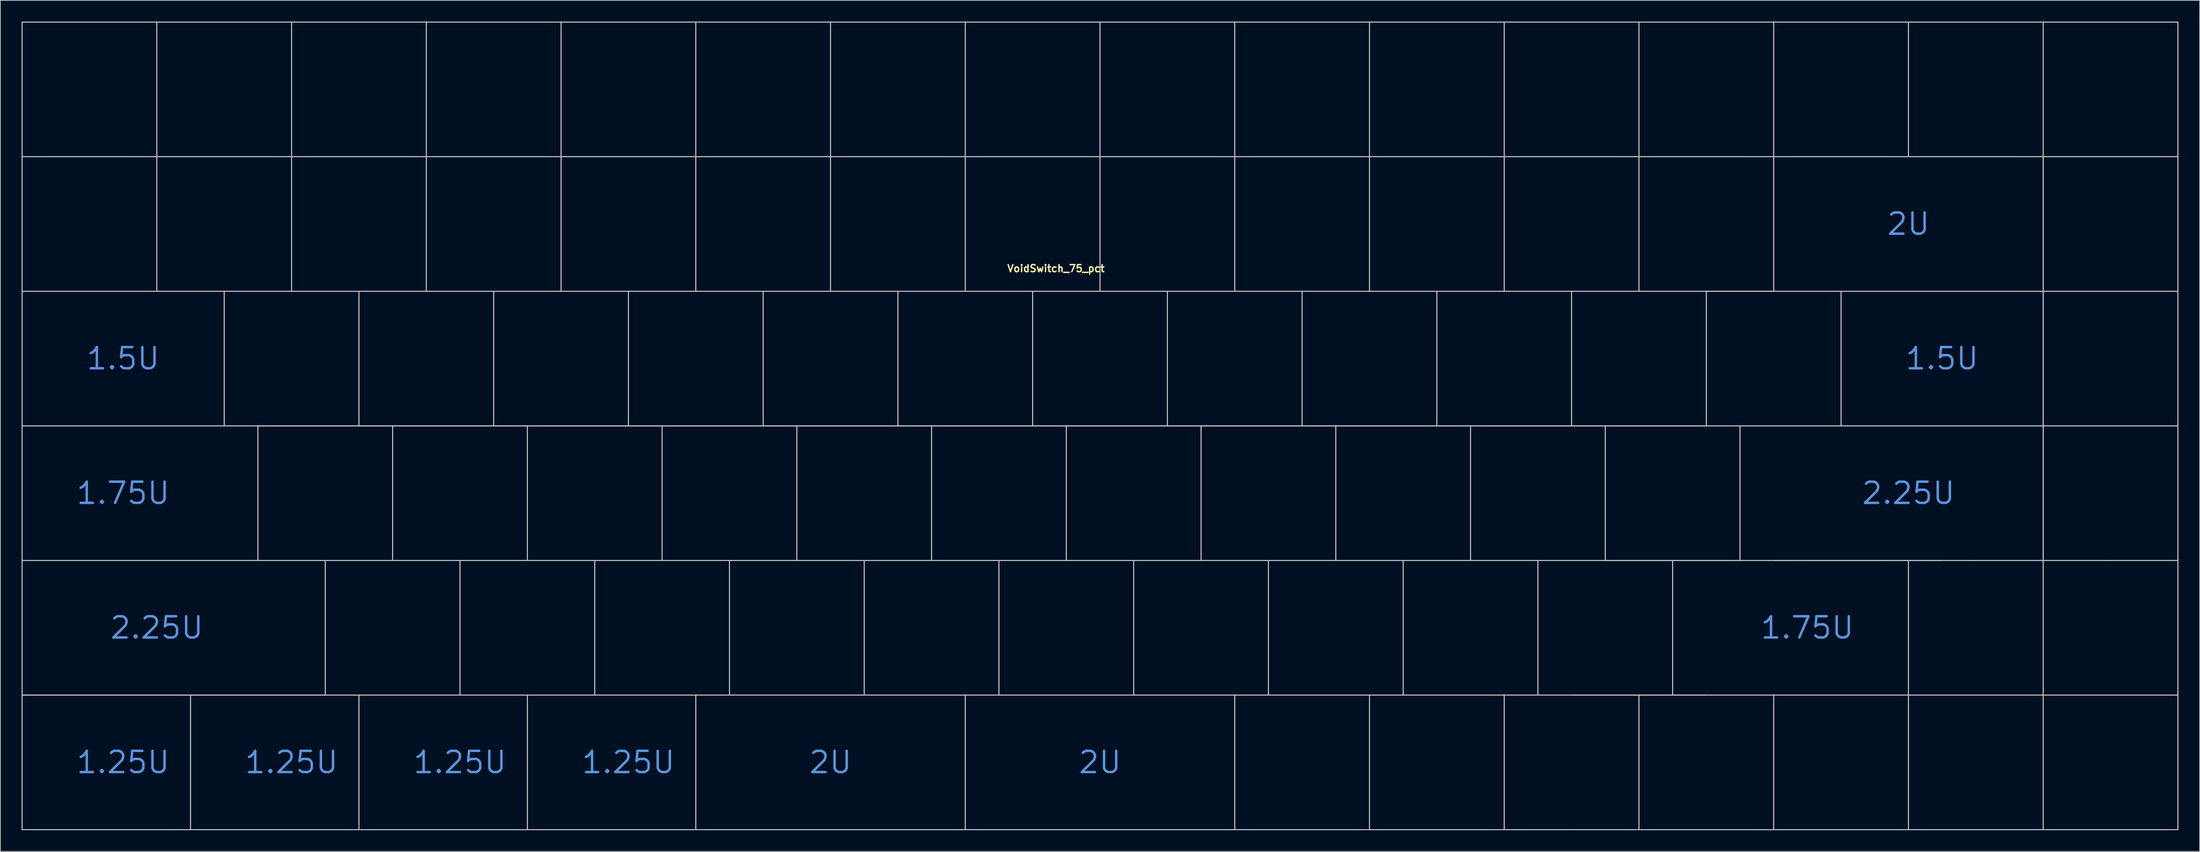
<source format=kicad_pcb>
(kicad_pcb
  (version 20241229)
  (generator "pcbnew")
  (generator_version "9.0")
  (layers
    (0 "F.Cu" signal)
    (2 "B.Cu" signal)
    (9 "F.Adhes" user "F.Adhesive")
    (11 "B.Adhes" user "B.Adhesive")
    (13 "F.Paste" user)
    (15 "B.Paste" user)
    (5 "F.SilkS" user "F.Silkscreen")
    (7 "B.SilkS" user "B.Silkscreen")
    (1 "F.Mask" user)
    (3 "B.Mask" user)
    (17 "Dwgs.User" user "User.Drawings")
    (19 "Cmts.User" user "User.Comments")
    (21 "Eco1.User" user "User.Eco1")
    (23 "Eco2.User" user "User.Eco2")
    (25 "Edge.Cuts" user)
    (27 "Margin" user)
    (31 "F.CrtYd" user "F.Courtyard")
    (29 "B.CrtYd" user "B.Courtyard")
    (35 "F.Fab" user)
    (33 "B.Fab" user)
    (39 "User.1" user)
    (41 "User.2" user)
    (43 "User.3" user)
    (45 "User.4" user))
  (footprint "VoidSwitch_75_pct"
    (layer "F.Cu")
    (at 142.95 28.65)
    (property "Reference" "VoidSwitch_75_pct" (at 3.3 6.3 0) (layer "F.SilkS") (effects (font (size 1 1) (thickness 0.2))))
    (attr smd exclude_from_bom)
    (fp_line (start -142.875 -28.575) (end -142.875 -9.525) (stroke (width 0.15) (type solid)) (layer "Dwgs.User"))
    (fp_line (start -142.875 -28.575) (end -123.825 -28.575) (stroke (width 0.15) (type solid)) (layer "Dwgs.User"))
    (fp_line (start -142.875 -9.525) (end -142.875 9.525) (stroke (width 0.15) (type solid)) (layer "Dwgs.User"))
    (fp_line (start -142.875 -9.525) (end -123.825 -9.525) (stroke (width 0.15) (type solid)) (layer "Dwgs.User"))
    (fp_line (start -142.875 28.575) (end -142.875 47.625) (stroke (width 0.15) (type solid)) (layer "Dwgs.User"))
    (fp_line (start -142.875 47.625) (end -142.875 66.675) (stroke (width 0.15) (type solid)) (layer "Dwgs.User"))
    (fp_line (start -142.874 66.676) (end -119.062 66.676) (stroke (width 0.15) (type solid)) (layer "Dwgs.User"))
    (fp_line (start -142.874 85.726) (end -142.874 66.676) (stroke (width 0.15) (type solid)) (layer "Dwgs.User"))
    (fp_line (start -142.873 28.575) (end -142.873 9.525) (stroke (width 0.15) (type solid)) (layer "Dwgs.User"))
    (fp_line (start -123.825 -28.575) (end -104.775 -28.575) (stroke (width 0.15) (type solid)) (layer "Dwgs.User"))
    (fp_line (start -123.825 -9.525) (end -123.825 -28.575) (stroke (width 0.15) (type solid)) (layer "Dwgs.User"))
    (fp_line (start -123.825 -9.525) (end -104.775 -9.525) (stroke (width 0.15) (type solid)) (layer "Dwgs.User"))
    (fp_line (start -123.825 9.525) (end -142.875 9.525) (stroke (width 0.15) (type solid)) (layer "Dwgs.User"))
    (fp_line (start -123.825 9.525) (end -123.825 -9.525) (stroke (width 0.15) (type solid)) (layer "Dwgs.User"))
    (fp_line (start -119.062 66.676) (end -119.062 85.726) (stroke (width 0.15) (type solid)) (layer "Dwgs.User"))
    (fp_line (start -119.062 85.725) (end -142.874 85.726) (stroke (width 0.15) (type solid)) (layer "Dwgs.User"))
    (fp_line (start -119.061 66.676) (end -95.25 66.676) (stroke (width 0.15) (type solid)) (layer "Dwgs.User"))
    (fp_line (start -114.3 28.575) (end -142.873 28.575) (stroke (width 0.15) (type solid)) (layer "Dwgs.User"))
    (fp_line (start -114.3 28.575) (end -114.3 9.525) (stroke (width 0.15) (type solid)) (layer "Dwgs.User"))
    (fp_line (start -109.537 28.575) (end -90.487 28.575) (stroke (width 0.15) (type solid)) (layer "Dwgs.User"))
    (fp_line (start -109.537 47.625) (end -109.537 28.575) (stroke (width 0.15) (type solid)) (layer "Dwgs.User"))
    (fp_line (start -104.775 -28.575) (end -104.775 -9.525) (stroke (width 0.15) (type solid)) (layer "Dwgs.User"))
    (fp_line (start -104.775 -28.575) (end -85.725 -28.575) (stroke (width 0.15) (type solid)) (layer "Dwgs.User"))
    (fp_line (start -104.775 -9.525) (end -104.775 9.525) (stroke (width 0.15) (type solid)) (layer "Dwgs.User"))
    (fp_line (start -104.775 -9.525) (end -85.725 -9.525) (stroke (width 0.15) (type solid)) (layer "Dwgs.User"))
    (fp_line (start -104.775 9.525) (end -123.825 9.525) (stroke (width 0.15) (type solid)) (layer "Dwgs.User"))
    (fp_line (start -100.013 47.625) (end -142.875 47.625) (stroke (width 0.15) (type solid)) (layer "Dwgs.User"))
    (fp_line (start -100.013 47.625) (end -80.963 47.625) (stroke (width 0.15) (type solid)) (layer "Dwgs.User"))
    (fp_line (start -100.013 66.675) (end -142.875 66.675) (stroke (width 0.15) (type solid)) (layer "Dwgs.User"))
    (fp_line (start -100.013 66.675) (end -100.013 47.625) (stroke (width 0.15) (type solid)) (layer "Dwgs.User"))
    (fp_line (start -95.25 9.525) (end -95.25 28.575) (stroke (width 0.15) (type solid)) (layer "Dwgs.User"))
    (fp_line (start -95.25 28.575) (end -114.3 28.575) (stroke (width 0.15) (type solid)) (layer "Dwgs.User"))
    (fp_line (start -95.25 66.676) (end -95.25 85.726) (stroke (width 0.15) (type solid)) (layer "Dwgs.User"))
    (fp_line (start -95.25 85.725) (end -119.061 85.726) (stroke (width 0.15) (type solid)) (layer "Dwgs.User"))
    (fp_line (start -95.249 66.676) (end -71.438 66.676) (stroke (width 0.15) (type solid)) (layer "Dwgs.User"))
    (fp_line (start -90.487 28.575) (end -90.487 47.625) (stroke (width 0.15) (type solid)) (layer "Dwgs.User"))
    (fp_line (start -90.487 28.575) (end -71.438 28.575) (stroke (width 0.15) (type solid)) (layer "Dwgs.User"))
    (fp_line (start -85.725 -28.575) (end -85.725 -9.525) (stroke (width 0.15) (type solid)) (layer "Dwgs.User"))
    (fp_line (start -85.725 -28.575) (end -66.675 -28.575) (stroke (width 0.15) (type solid)) (layer "Dwgs.User"))
    (fp_line (start -85.725 -9.525) (end -85.725 9.525) (stroke (width 0.15) (type solid)) (layer "Dwgs.User"))
    (fp_line (start -85.725 -9.525) (end -66.675 -9.525) (stroke (width 0.15) (type solid)) (layer "Dwgs.User"))
    (fp_line (start -85.725 9.525) (end -104.775 9.525) (stroke (width 0.15) (type solid)) (layer "Dwgs.User"))
    (fp_line (start -80.963 47.625) (end -80.963 66.675) (stroke (width 0.15) (type solid)) (layer "Dwgs.User"))
    (fp_line (start -80.963 47.625) (end -61.913 47.625) (stroke (width 0.15) (type solid)) (layer "Dwgs.User"))
    (fp_line (start -76.2 9.525) (end -76.2 28.575) (stroke (width 0.15) (type solid)) (layer "Dwgs.User"))
    (fp_line (start -76.2 28.575) (end -95.25 28.575) (stroke (width 0.15) (type solid)) (layer "Dwgs.User"))
    (fp_line (start -71.438 28.575) (end -71.438 47.625) (stroke (width 0.15) (type solid)) (layer "Dwgs.User"))
    (fp_line (start -71.438 28.575) (end -52.388 28.575) (stroke (width 0.15) (type solid)) (layer "Dwgs.User"))
    (fp_line (start -71.438 85.725) (end -95.249 85.726) (stroke (width 0.15) (type solid)) (layer "Dwgs.User"))
    (fp_line (start -71.436 66.676) (end -47.625 66.676) (stroke (width 0.15) (type solid)) (layer "Dwgs.User"))
    (fp_line (start -71.436 85.726) (end -71.436 66.676) (stroke (width 0.15) (type solid)) (layer "Dwgs.User"))
    (fp_line (start -66.675 -28.575) (end -47.625 -28.575) (stroke (width 0.15) (type solid)) (layer "Dwgs.User"))
    (fp_line (start -66.675 -9.525) (end -66.675 -28.575) (stroke (width 0.15) (type solid)) (layer "Dwgs.User"))
    (fp_line (start -66.675 -9.525) (end -47.625 -9.525) (stroke (width 0.15) (type solid)) (layer "Dwgs.User"))
    (fp_line (start -66.675 9.525) (end -85.725 9.525) (stroke (width 0.15) (type solid)) (layer "Dwgs.User"))
    (fp_line (start -66.675 9.525) (end -66.675 -9.525) (stroke (width 0.15) (type solid)) (layer "Dwgs.User"))
    (fp_line (start -61.913 47.625) (end -61.913 66.675) (stroke (width 0.15) (type solid)) (layer "Dwgs.User"))
    (fp_line (start -61.913 47.625) (end -42.862 47.625) (stroke (width 0.15) (type solid)) (layer "Dwgs.User"))
    (fp_line (start -57.15 28.575) (end -76.2 28.575) (stroke (width 0.15) (type solid)) (layer "Dwgs.User"))
    (fp_line (start -57.15 28.575) (end -57.15 9.525) (stroke (width 0.15) (type solid)) (layer "Dwgs.User"))
    (fp_line (start -52.388 28.575) (end -33.337 28.575) (stroke (width 0.15) (type solid)) (layer "Dwgs.User"))
    (fp_line (start -52.388 47.625) (end -52.388 28.575) (stroke (width 0.15) (type solid)) (layer "Dwgs.User"))
    (fp_line (start -47.625 -28.575) (end -28.575 -28.575) (stroke (width 0.15) (type solid)) (layer "Dwgs.User"))
    (fp_line (start -47.625 -9.525) (end -47.625 -28.575) (stroke (width 0.15) (type solid)) (layer "Dwgs.User"))
    (fp_line (start -47.625 -9.525) (end -28.575 -9.525) (stroke (width 0.15) (type solid)) (layer "Dwgs.User"))
    (fp_line (start -47.625 9.525) (end -66.675 9.525) (stroke (width 0.15) (type solid)) (layer "Dwgs.User"))
    (fp_line (start -47.625 9.525) (end -47.625 -9.525) (stroke (width 0.15) (type solid)) (layer "Dwgs.User"))
    (fp_line (start -47.625 85.725) (end -71.436 85.726) (stroke (width 0.15) (type solid)) (layer "Dwgs.User"))
    (fp_line (start -47.624 66.675) (end -9.526 66.675) (stroke (width 0.15) (type solid)) (layer "Dwgs.User"))
    (fp_line (start -47.624 85.725) (end -47.624 66.675) (stroke (width 0.15) (type solid)) (layer "Dwgs.User"))
    (fp_line (start -42.862 47.625) (end -23.812 47.625) (stroke (width 0.15) (type solid)) (layer "Dwgs.User"))
    (fp_line (start -42.862 66.675) (end -42.862 47.625) (stroke (width 0.15) (type solid)) (layer "Dwgs.User"))
    (fp_line (start -38.1 28.575) (end -57.15 28.575) (stroke (width 0.15) (type solid)) (layer "Dwgs.User"))
    (fp_line (start -38.1 28.575) (end -38.1 9.525) (stroke (width 0.15) (type solid)) (layer "Dwgs.User"))
    (fp_line (start -33.337 28.575) (end -14.287 28.575) (stroke (width 0.15) (type solid)) (layer "Dwgs.User"))
    (fp_line (start -33.337 47.625) (end -33.337 28.575) (stroke (width 0.15) (type solid)) (layer "Dwgs.User"))
    (fp_line (start -28.575 -28.575) (end -9.525 -28.575) (stroke (width 0.15) (type solid)) (layer "Dwgs.User"))
    (fp_line (start -28.575 -9.525) (end -28.575 -28.575) (stroke (width 0.15) (type solid)) (layer "Dwgs.User"))
    (fp_line (start -28.575 -9.525) (end -9.525 -9.525) (stroke (width 0.15) (type solid)) (layer "Dwgs.User"))
    (fp_line (start -28.575 9.525) (end -47.625 9.525) (stroke (width 0.15) (type solid)) (layer "Dwgs.User"))
    (fp_line (start -28.575 9.525) (end -28.575 -9.525) (stroke (width 0.15) (type solid)) (layer "Dwgs.User"))
    (fp_line (start -23.812 47.625) (end -4.763 47.625) (stroke (width 0.15) (type solid)) (layer "Dwgs.User"))
    (fp_line (start -23.812 66.675) (end -23.812 47.625) (stroke (width 0.15) (type solid)) (layer "Dwgs.User"))
    (fp_line (start -19.05 28.575) (end -38.1 28.575) (stroke (width 0.15) (type solid)) (layer "Dwgs.User"))
    (fp_line (start -19.05 28.575) (end -19.05 9.525) (stroke (width 0.15) (type solid)) (layer "Dwgs.User"))
    (fp_line (start -14.287 28.575) (end 4.763 28.575) (stroke (width 0.15) (type solid)) (layer "Dwgs.User"))
    (fp_line (start -14.287 47.625) (end -14.287 28.575) (stroke (width 0.15) (type solid)) (layer "Dwgs.User"))
    (fp_line (start -9.526 66.675) (end -9.526 85.725) (stroke (width 0.15) (type solid)) (layer "Dwgs.User"))
    (fp_line (start -9.526 85.725) (end -47.624 85.725) (stroke (width 0.15) (type solid)) (layer "Dwgs.User"))
    (fp_line (start -9.525 -28.575) (end 9.525 -28.575) (stroke (width 0.15) (type solid)) (layer "Dwgs.User"))
    (fp_line (start -9.525 -9.525) (end -9.525 -28.575) (stroke (width 0.15) (type solid)) (layer "Dwgs.User"))
    (fp_line (start -9.525 -9.525) (end 9.525 -9.525) (stroke (width 0.15) (type solid)) (layer "Dwgs.User"))
    (fp_line (start -9.525 9.525) (end -28.575 9.525) (stroke (width 0.15) (type solid)) (layer "Dwgs.User"))
    (fp_line (start -9.525 9.525) (end -9.525 -9.525) (stroke (width 0.15) (type solid)) (layer "Dwgs.User"))
    (fp_line (start -4.763 47.625) (end 14.287 47.625) (stroke (width 0.15) (type solid)) (layer "Dwgs.User"))
    (fp_line (start -4.763 66.675) (end -4.763 47.625) (stroke (width 0.15) (type solid)) (layer "Dwgs.User"))
    (fp_line (start 0 28.575) (end -19.05 28.575) (stroke (width 0.15) (type solid)) (layer "Dwgs.User"))
    (fp_line (start 0 28.575) (end 0 9.525) (stroke (width 0.15) (type solid)) (layer "Dwgs.User"))
    (fp_line (start 4.763 28.575) (end 23.812 28.575) (stroke (width 0.15) (type solid)) (layer "Dwgs.User"))
    (fp_line (start 4.763 47.625) (end 4.763 28.575) (stroke (width 0.15) (type solid)) (layer "Dwgs.User"))
    (fp_line (start 9.525 -28.575) (end 9.525 -9.525) (stroke (width 0.15) (type solid)) (layer "Dwgs.User"))
    (fp_line (start 9.525 -28.575) (end 28.575 -28.575) (stroke (width 0.15) (type solid)) (layer "Dwgs.User"))
    (fp_line (start 9.525 -9.525) (end 9.525 9.525) (stroke (width 0.15) (type solid)) (layer "Dwgs.User"))
    (fp_line (start 9.525 -9.525) (end 28.575 -9.525) (stroke (width 0.15) (type solid)) (layer "Dwgs.User"))
    (fp_line (start 9.525 9.525) (end -9.525 9.525) (stroke (width 0.15) (type solid)) (layer "Dwgs.User"))
    (fp_line (start 14.287 47.625) (end 33.337 47.625) (stroke (width 0.15) (type solid)) (layer "Dwgs.User"))
    (fp_line (start 14.287 66.675) (end 14.287 47.625) (stroke (width 0.15) (type solid)) (layer "Dwgs.User"))
    (fp_line (start 19.05 9.525) (end 19.05 28.575) (stroke (width 0.15) (type solid)) (layer "Dwgs.User"))
    (fp_line (start 19.05 28.575) (end 0 28.575) (stroke (width 0.15) (type solid)) (layer "Dwgs.User"))
    (fp_line (start 23.812 28.575) (end 23.812 47.625) (stroke (width 0.15) (type solid)) (layer "Dwgs.User"))
    (fp_line (start 23.812 28.575) (end 42.862 28.575) (stroke (width 0.15) (type solid)) (layer "Dwgs.User"))
    (fp_line (start 28.575 -28.575) (end 28.575 -9.525) (stroke (width 0.15) (type solid)) (layer "Dwgs.User"))
    (fp_line (start 28.575 -28.575) (end 47.625 -28.575) (stroke (width 0.15) (type solid)) (layer "Dwgs.User"))
    (fp_line (start 28.575 -9.525) (end 28.575 9.525) (stroke (width 0.15) (type solid)) (layer "Dwgs.User"))
    (fp_line (start 28.575 -9.525) (end 47.625 -9.525) (stroke (width 0.15) (type solid)) (layer "Dwgs.User"))
    (fp_line (start 28.575 9.525) (end 9.525 9.525) (stroke (width 0.15) (type solid)) (layer "Dwgs.User"))
    (fp_line (start 28.575 66.675) (end -9.523 66.675) (stroke (width 0.15) (type solid)) (layer "Dwgs.User"))
    (fp_line (start 28.575 85.725) (end -9.523 85.725) (stroke (width 0.15) (type solid)) (layer "Dwgs.User"))
    (fp_line (start 28.576 66.675) (end 52.388 66.675) (stroke (width 0.15) (type solid)) (layer "Dwgs.User"))
    (fp_line (start 28.576 85.725) (end 28.576 66.675) (stroke (width 0.15) (type solid)) (layer "Dwgs.User"))
    (fp_line (start 33.337 47.625) (end 33.337 66.675) (stroke (width 0.15) (type solid)) (layer "Dwgs.User"))
    (fp_line (start 33.337 47.625) (end 52.388 47.625) (stroke (width 0.15) (type solid)) (layer "Dwgs.User"))
    (fp_line (start 38.1 9.525) (end 38.1 28.575) (stroke (width 0.15) (type solid)) (layer "Dwgs.User"))
    (fp_line (start 38.1 28.575) (end 19.05 28.575) (stroke (width 0.15) (type solid)) (layer "Dwgs.User"))
    (fp_line (start 42.862 28.575) (end 42.862 47.625) (stroke (width 0.15) (type solid)) (layer "Dwgs.User"))
    (fp_line (start 42.862 28.575) (end 61.913 28.575) (stroke (width 0.15) (type solid)) (layer "Dwgs.User"))
    (fp_line (start 47.625 -28.575) (end 47.625 -9.525) (stroke (width 0.15) (type solid)) (layer "Dwgs.User"))
    (fp_line (start 47.625 -28.575) (end 66.675 -28.575) (stroke (width 0.15) (type solid)) (layer "Dwgs.User"))
    (fp_line (start 47.625 -9.525) (end 47.625 9.525) (stroke (width 0.15) (type solid)) (layer "Dwgs.User"))
    (fp_line (start 47.625 -9.525) (end 66.675 -9.525) (stroke (width 0.15) (type solid)) (layer "Dwgs.User"))
    (fp_line (start 47.625 9.525) (end 28.575 9.525) (stroke (width 0.15) (type solid)) (layer "Dwgs.User"))
    (fp_line (start 47.625 85.725) (end 47.625 66.675) (stroke (width 0.15) (type solid)) (layer "Dwgs.User"))
    (fp_line (start 52.388 47.625) (end 52.388 66.675) (stroke (width 0.15) (type solid)) (layer "Dwgs.User"))
    (fp_line (start 52.388 47.625) (end 71.438 47.625) (stroke (width 0.15) (type solid)) (layer "Dwgs.User"))
    (fp_line (start 52.388 85.724) (end 28.576 85.725) (stroke (width 0.15) (type solid)) (layer "Dwgs.User"))
    (fp_line (start 57.15 9.525) (end 57.15 28.575) (stroke (width 0.15) (type solid)) (layer "Dwgs.User"))
    (fp_line (start 57.15 28.575) (end 38.1 28.575) (stroke (width 0.15) (type solid)) (layer "Dwgs.User"))
    (fp_line (start 61.913 28.575) (end 61.913 47.625) (stroke (width 0.15) (type solid)) (layer "Dwgs.User"))
    (fp_line (start 61.913 28.575) (end 80.963 28.575) (stroke (width 0.15) (type solid)) (layer "Dwgs.User"))
    (fp_line (start 66.675 -28.575) (end 66.675 -9.525) (stroke (width 0.15) (type solid)) (layer "Dwgs.User"))
    (fp_line (start 66.675 -28.575) (end 85.725 -28.575) (stroke (width 0.15) (type solid)) (layer "Dwgs.User"))
    (fp_line (start 66.675 -9.525) (end 66.675 9.525) (stroke (width 0.15) (type solid)) (layer "Dwgs.User"))
    (fp_line (start 66.675 -9.525) (end 85.725 -9.525) (stroke (width 0.15) (type solid)) (layer "Dwgs.User"))
    (fp_line (start 66.675 9.525) (end 47.625 9.525) (stroke (width 0.15) (type solid)) (layer "Dwgs.User"))
    (fp_line (start 66.675 85.725) (end 66.675 66.675) (stroke (width 0.15) (type solid)) (layer "Dwgs.User"))
    (fp_line (start 71.438 47.625) (end 71.438 66.675) (stroke (width 0.15) (type solid)) (layer "Dwgs.User"))
    (fp_line (start 71.438 47.625) (end 90.487 47.625) (stroke (width 0.15) (type solid)) (layer "Dwgs.User"))
    (fp_line (start 71.438 66.675) (end 52.388 66.675) (stroke (width 0.15) (type solid)) (layer "Dwgs.User"))
    (fp_line (start 76.2 9.525) (end 76.2 28.575) (stroke (width 0.15) (type solid)) (layer "Dwgs.User"))
    (fp_line (start 76.2 28.575) (end 57.15 28.575) (stroke (width 0.15) (type solid)) (layer "Dwgs.User"))
    (fp_line (start 76.2 66.675) (end 95.25 66.675) (stroke (width 0.15) (type solid)) (layer "Dwgs.User"))
    (fp_line (start 76.2 85.724) (end 52.389 85.725) (stroke (width 0.15) (type solid)) (layer "Dwgs.User"))
    (fp_line (start 80.963 28.575) (end 80.963 47.625) (stroke (width 0.15) (type solid)) (layer "Dwgs.User"))
    (fp_line (start 80.963 28.575) (end 100.013 28.575) (stroke (width 0.15) (type solid)) (layer "Dwgs.User"))
    (fp_line (start 85.725 -28.575) (end 104.775 -28.575) (stroke (width 0.15) (type solid)) (layer "Dwgs.User"))
    (fp_line (start 85.725 -9.525) (end 85.725 -28.575) (stroke (width 0.15) (type solid)) (layer "Dwgs.User"))
    (fp_line (start 85.725 -9.525) (end 104.775 -9.525) (stroke (width 0.15) (type solid)) (layer "Dwgs.User"))
    (fp_line (start 85.725 9.525) (end 66.675 9.525) (stroke (width 0.15) (type solid)) (layer "Dwgs.User"))
    (fp_line (start 85.725 9.525) (end 85.725 -9.525) (stroke (width 0.15) (type solid)) (layer "Dwgs.User"))
    (fp_line (start 85.725 66.675) (end 85.725 85.725) (stroke (width 0.15) (type solid)) (layer "Dwgs.User"))
    (fp_line (start 90.487 47.625) (end 90.487 66.675) (stroke (width 0.15) (type solid)) (layer "Dwgs.User"))
    (fp_line (start 90.487 47.625) (end 109.537 47.625) (stroke (width 0.15) (type solid)) (layer "Dwgs.User"))
    (fp_line (start 90.487 66.675) (end 71.438 66.675) (stroke (width 0.15) (type solid)) (layer "Dwgs.User"))
    (fp_line (start 95.25 9.525) (end 114.3 9.525) (stroke (width 0.15) (type solid)) (layer "Dwgs.User"))
    (fp_line (start 95.25 28.575) (end 76.2 28.575) (stroke (width 0.15) (type solid)) (layer "Dwgs.User"))
    (fp_line (start 95.25 28.575) (end 95.25 9.525) (stroke (width 0.15) (type solid)) (layer "Dwgs.User"))
    (fp_line (start 95.25 85.725) (end 76.2 85.725) (stroke (width 0.15) (type solid)) (layer "Dwgs.User"))
    (fp_line (start 100.013 28.575) (end 142.875 28.575) (stroke (width 0.15) (type solid)) (layer "Dwgs.User"))
    (fp_line (start 100.013 47.625) (end 80.963 47.625) (stroke (width 0.15) (type solid)) (layer "Dwgs.User"))
    (fp_line (start 100.013 47.625) (end 100.013 28.575) (stroke (width 0.15) (type solid)) (layer "Dwgs.User"))
    (fp_line (start 104.775 -28.575) (end 104.775 -9.525) (stroke (width 0.15) (type solid)) (layer "Dwgs.User"))
    (fp_line (start 104.775 -9.525) (end 104.775 9.525) (stroke (width 0.15) (type solid)) (layer "Dwgs.User"))
    (fp_line (start 104.775 9.525) (end 85.725 9.525) (stroke (width 0.15) (type solid)) (layer "Dwgs.User"))
    (fp_line (start 104.775 66.675) (end 104.775 85.725) (stroke (width 0.15) (type solid)) (layer "Dwgs.User"))
    (fp_line (start 104.777 -28.575) (end 161.925 -28.575) (stroke (width 0.15) (type solid)) (layer "Dwgs.User"))
    (fp_line (start 104.777 -9.525) (end 142.875 -9.525) (stroke (width 0.15) (type solid)) (layer "Dwgs.User"))
    (fp_line (start 109.537 47.625) (end 128.588 47.625) (stroke (width 0.15) (type solid)) (layer "Dwgs.User"))
    (fp_line (start 114.3 9.525) (end 114.3 28.575) (stroke (width 0.15) (type solid)) (layer "Dwgs.User"))
    (fp_line (start 114.302 9.525) (end 142.875 9.525) (stroke (width 0.15) (type solid)) (layer "Dwgs.User"))
    (fp_line (start 119.062 85.724) (end 95.251 85.725) (stroke (width 0.15) (type solid)) (layer "Dwgs.User"))
    (fp_line (start 123.825 47.625) (end 123.825 66.675) (stroke (width 0.15) (type solid)) (layer "Dwgs.User"))
    (fp_line (start 123.825 66.675) (end 123.825 85.725) (stroke (width 0.15) (type solid)) (layer "Dwgs.User"))
    (fp_line (start 123.826 -28.575) (end 123.826 -9.525) (stroke (width 0.15) (type solid)) (layer "Dwgs.User"))
    (fp_line (start 133.35 47.625) (end 104.777 47.625) (stroke (width 0.15) (type solid)) (layer "Dwgs.User"))
    (fp_line (start 142.875 -28.575) (end 142.875 -9.525) (stroke (width 0.15) (type solid)) (layer "Dwgs.User"))
    (fp_line (start 142.875 -9.525) (end 142.875 9.525) (stroke (width 0.15) (type solid)) (layer "Dwgs.User"))
    (fp_line (start 142.875 -9.525) (end 142.875 9.525) (stroke (width 0.15) (type solid)) (layer "Dwgs.User"))
    (fp_line (start 142.875 9.525) (end 142.875 28.575) (stroke (width 0.15) (type solid)) (layer "Dwgs.User"))
    (fp_line (start 142.875 9.525) (end 142.875 28.575) (stroke (width 0.15) (type solid)) (layer "Dwgs.User"))
    (fp_line (start 142.875 28.575) (end 142.875 47.625) (stroke (width 0.15) (type solid)) (layer "Dwgs.User"))
    (fp_line (start 142.875 28.575) (end 142.875 47.625) (stroke (width 0.15) (type solid)) (layer "Dwgs.User"))
    (fp_line (start 142.875 47.625) (end 142.875 66.675) (stroke (width 0.15) (type solid)) (layer "Dwgs.User"))
    (fp_line (start 142.875 66.675) (end 142.875 85.725) (stroke (width 0.15) (type solid)) (layer "Dwgs.User"))
    (fp_line (start 152.4 47.625) (end 133.35 47.625) (stroke (width 0.15) (type solid)) (layer "Dwgs.User"))
    (fp_line (start 161.925 -28.575) (end 161.925 -9.525) (stroke (width 0.15) (type solid)) (layer "Dwgs.User"))
    (fp_line (start 161.925 -9.525) (end 142.875 -9.525) (stroke (width 0.15) (type solid)) (layer "Dwgs.User"))
    (fp_line (start 161.925 -9.525) (end 161.925 9.525) (stroke (width 0.15) (type solid)) (layer "Dwgs.User"))
    (fp_line (start 161.925 9.525) (end 142.875 9.525) (stroke (width 0.15) (type solid)) (layer "Dwgs.User"))
    (fp_line (start 161.925 9.525) (end 161.925 28.575) (stroke (width 0.15) (type solid)) (layer "Dwgs.User"))
    (fp_line (start 161.925 28.575) (end 142.875 28.575) (stroke (width 0.15) (type solid)) (layer "Dwgs.User"))
    (fp_line (start 161.925 28.575) (end 161.925 47.625) (stroke (width 0.15) (type solid)) (layer "Dwgs.User"))
    (fp_line (start 161.925 47.625) (end 152.4 47.625) (stroke (width 0.15) (type solid)) (layer "Dwgs.User"))
    (fp_line (start 161.925 47.625) (end 161.925 66.675) (stroke (width 0.15) (type solid)) (layer "Dwgs.User"))
    (fp_line (start 161.925 66.675) (end 90.487 66.675) (stroke (width 0.15) (type solid)) (layer "Dwgs.User"))
    (fp_line (start 161.925 66.675) (end 161.925 85.725) (stroke (width 0.15) (type solid)) (layer "Dwgs.User"))
    (fp_line (start 161.925 85.725) (end 119.064 85.725) (stroke (width 0.15) (type solid)) (layer "Dwgs.User"))
    (fp_text user "2U" (at -28.575 76.2 0) (unlocked yes) (layer "Cmts.User") (effects (font (size 3 3) (thickness 0.35))))
    (fp_text user "1.75U" (at 109.537 57.15 0) (unlocked yes) (layer "Cmts.User") (effects (font (size 3 3) (thickness 0.35))))
    (fp_text user "2U" (at 9.525 76.2 0) (unlocked yes) (layer "Cmts.User") (effects (font (size 3 3) (thickness 0.35))))
    (fp_text user "2.25U" (at 123.825 38.1 0) (unlocked yes) (layer "Cmts.User") (effects (font (size 3 3) (thickness 0.35))))
    (fp_text user "1.75U" (at -128.588 38.1 0) (unlocked yes) (layer "Cmts.User") (effects (font (size 3 3) (thickness 0.35))))
    (fp_text user "1.25U" (at -128.588 76.2 0) (unlocked yes) (layer "Cmts.User") (effects (font (size 3 3) (thickness 0.35))))
    (fp_text user "2U" (at 123.825 0 0) (unlocked yes) (layer "Cmts.User") (effects (font (size 3 3) (thickness 0.35))))
    (fp_text user "1.25U" (at -57.15 76.2 0) (unlocked yes) (layer "Cmts.User") (effects (font (size 3 3) (thickness 0.35))))
    (fp_text user "1.25U" (at -104.775 76.2 0) (unlocked yes) (layer "Cmts.User") (effects (font (size 3 3) (thickness 0.35))))
    (fp_text user "1.5U" (at -128.588 19.05 0) (unlocked yes) (layer "Cmts.User") (effects (font (size 3 3) (thickness 0.35))))
    (fp_text user "1.25U" (at -80.963 76.2 0) (unlocked yes) (layer "Cmts.User") (effects (font (size 3 3) (thickness 0.35))))
    (fp_text user "2.25U" (at -123.825 57.15 0) (unlocked yes) (layer "Cmts.User") (effects (font (size 3 3) (thickness 0.35))))
    (fp_text user "1.5U" (at 128.588 19.05 0) (unlocked yes) (layer "Cmts.User") (effects (font (size 3 3) (thickness 0.35)))))
  (gr_rect
    (start -3 -3)
    (end 307.95 117.451)
    (stroke (width 0.1) (type default))
    (fill no)
    (layer "Edge.Cuts")))
</source>
